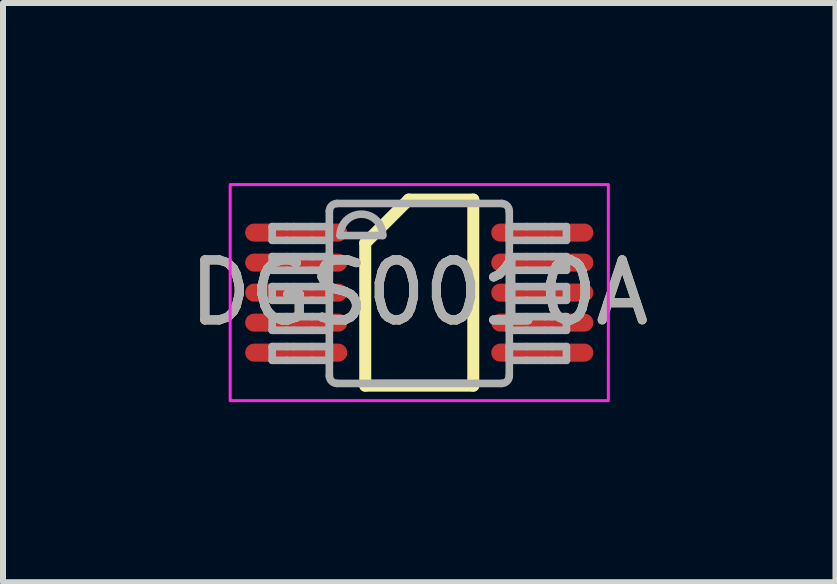
<source format=kicad_pcb>
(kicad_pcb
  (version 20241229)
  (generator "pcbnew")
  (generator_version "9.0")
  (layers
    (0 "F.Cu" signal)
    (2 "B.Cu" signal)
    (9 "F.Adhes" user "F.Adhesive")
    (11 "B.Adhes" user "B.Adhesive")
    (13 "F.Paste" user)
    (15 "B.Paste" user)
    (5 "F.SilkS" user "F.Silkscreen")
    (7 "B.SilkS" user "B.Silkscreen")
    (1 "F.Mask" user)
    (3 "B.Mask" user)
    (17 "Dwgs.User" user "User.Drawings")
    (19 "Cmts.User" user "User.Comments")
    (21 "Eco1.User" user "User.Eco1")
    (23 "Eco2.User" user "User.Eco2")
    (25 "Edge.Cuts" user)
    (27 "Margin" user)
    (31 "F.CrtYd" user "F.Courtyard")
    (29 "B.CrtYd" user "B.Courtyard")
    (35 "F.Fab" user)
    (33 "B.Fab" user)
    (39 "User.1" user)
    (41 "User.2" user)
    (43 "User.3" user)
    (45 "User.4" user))
  (footprint "DGS0010A"
    (layer "F.Cu")
    (at 3.935 1.825)
    (property "Reference" "DGS0010A" (at 0 0 0) (unlocked yes) (layer "F.SilkS") (effects (font (size 1 1) (thickness 0.15))))
    (attr smd)
    (fp_line (start -0.9 -0.825) (end -0.175 -1.55) (stroke (width 0.2) (type solid)) (layer "F.SilkS"))
    (fp_line (start -0.9 1.55) (end -0.9 -0.825) (stroke (width 0.2) (type solid)) (layer "F.SilkS"))
    (fp_line (start -0.9 1.55) (end 0.9 1.55) (stroke (width 0.2) (type solid)) (layer "F.SilkS"))
    (fp_line (start -0.175 -1.55) (end 0.9 -1.55) (stroke (width 0.2) (type solid)) (layer "F.SilkS"))
    (fp_line (start 0.9 1.55) (end 0.9 -1.55) (stroke (width 0.2) (type solid)) (layer "F.SilkS"))
    (fp_rect (start -3.15 -1.8) (end 3.15 1.8) (stroke (width 0.05) (type solid)) (fill no) (layer "F.CrtYd"))
    (fp_line (start -2.45 -1.1) (end -2.21 -1.1) (stroke (width 0.127) (type solid)) (layer "F.Fab"))
    (fp_line (start -2.45 -0.871) (end -2.45 -1.1) (stroke (width 0.127) (type solid)) (layer "F.Fab"))
    (fp_line (start -2.45 -0.871) (end -2.21 -0.871) (stroke (width 0.127) (type solid)) (layer "F.Fab"))
    (fp_line (start -2.45 -0.6) (end -2.21 -0.6) (stroke (width 0.127) (type solid)) (layer "F.Fab"))
    (fp_line (start -2.45 -0.372) (end -2.45 -0.6) (stroke (width 0.127) (type solid)) (layer "F.Fab"))
    (fp_line (start -2.45 -0.372) (end -2.21 -0.372) (stroke (width 0.127) (type solid)) (layer "F.Fab"))
    (fp_line (start -2.45 -0.1) (end -2.21 -0.1) (stroke (width 0.127) (type solid)) (layer "F.Fab"))
    (fp_line (start -2.45 0.128) (end -2.45 -0.1) (stroke (width 0.127) (type solid)) (layer "F.Fab"))
    (fp_line (start -2.45 0.128) (end -2.21 0.128) (stroke (width 0.127) (type solid)) (layer "F.Fab"))
    (fp_line (start -2.45 0.4) (end -2.21 0.4) (stroke (width 0.127) (type solid)) (layer "F.Fab"))
    (fp_line (start -2.45 0.628) (end -2.45 0.4) (stroke (width 0.127) (type solid)) (layer "F.Fab"))
    (fp_line (start -2.45 0.628) (end -2.21 0.628) (stroke (width 0.127) (type solid)) (layer "F.Fab"))
    (fp_line (start -2.45 0.899) (end -2.21 0.899) (stroke (width 0.127) (type solid)) (layer "F.Fab"))
    (fp_line (start -2.45 1.128) (end -2.45 0.899) (stroke (width 0.127) (type solid)) (layer "F.Fab"))
    (fp_line (start -2.45 1.128) (end -2.21 1.128) (stroke (width 0.127) (type solid)) (layer "F.Fab"))
    (fp_line (start -2.21 -1.1) (end -2.09 -1.1) (stroke (width 0.127) (type solid)) (layer "F.Fab"))
    (fp_line (start -2.21 -0.871) (end -2.09 -0.871) (stroke (width 0.127) (type solid)) (layer "F.Fab"))
    (fp_line (start -2.21 -0.6) (end -2.09 -0.6) (stroke (width 0.127) (type solid)) (layer "F.Fab"))
    (fp_line (start -2.21 -0.372) (end -2.09 -0.372) (stroke (width 0.127) (type solid)) (layer "F.Fab"))
    (fp_line (start -2.21 -0.1) (end -2.09 -0.1) (stroke (width 0.127) (type solid)) (layer "F.Fab"))
    (fp_line (start -2.21 0.128) (end -2.09 0.128) (stroke (width 0.127) (type solid)) (layer "F.Fab"))
    (fp_line (start -2.21 0.4) (end -2.09 0.4) (stroke (width 0.127) (type solid)) (layer "F.Fab"))
    (fp_line (start -2.21 0.628) (end -2.09 0.628) (stroke (width 0.127) (type solid)) (layer "F.Fab"))
    (fp_line (start -2.21 0.899) (end -2.09 0.899) (stroke (width 0.127) (type solid)) (layer "F.Fab"))
    (fp_line (start -2.21 1.128) (end -2.09 1.128) (stroke (width 0.127) (type solid)) (layer "F.Fab"))
    (fp_line (start -2.087 -1.1) (end -1.784 -1.1) (stroke (width 0.127) (type solid)) (layer "F.Fab"))
    (fp_line (start -2.087 -0.871) (end -1.784 -0.871) (stroke (width 0.127) (type solid)) (layer "F.Fab"))
    (fp_line (start -2.087 -0.6) (end -1.784 -0.6) (stroke (width 0.127) (type solid)) (layer "F.Fab"))
    (fp_line (start -2.087 -0.372) (end -1.784 -0.372) (stroke (width 0.127) (type solid)) (layer "F.Fab"))
    (fp_line (start -2.087 -0.1) (end -1.784 -0.1) (stroke (width 0.127) (type solid)) (layer "F.Fab"))
    (fp_line (start -2.087 0.128) (end -1.784 0.128) (stroke (width 0.127) (type solid)) (layer "F.Fab"))
    (fp_line (start -2.087 0.4) (end -1.784 0.4) (stroke (width 0.127) (type solid)) (layer "F.Fab"))
    (fp_line (start -2.087 0.628) (end -1.784 0.628) (stroke (width 0.127) (type solid)) (layer "F.Fab"))
    (fp_line (start -2.087 0.899) (end -1.784 0.899) (stroke (width 0.127) (type solid)) (layer "F.Fab"))
    (fp_line (start -2.087 1.128) (end -1.784 1.128) (stroke (width 0.127) (type solid)) (layer "F.Fab"))
    (fp_line (start -1.784 -1.1) (end -1.498 -1.1) (stroke (width 0.127) (type solid)) (layer "F.Fab"))
    (fp_line (start -1.784 -0.871) (end -1.498 -0.871) (stroke (width 0.127) (type solid)) (layer "F.Fab"))
    (fp_line (start -1.784 -0.6) (end -1.498 -0.6) (stroke (width 0.127) (type solid)) (layer "F.Fab"))
    (fp_line (start -1.784 -0.372) (end -1.498 -0.372) (stroke (width 0.127) (type solid)) (layer "F.Fab"))
    (fp_line (start -1.784 -0.1) (end -1.498 -0.1) (stroke (width 0.127) (type solid)) (layer "F.Fab"))
    (fp_line (start -1.784 0.128) (end -1.498 0.128) (stroke (width 0.127) (type solid)) (layer "F.Fab"))
    (fp_line (start -1.784 0.4) (end -1.498 0.4) (stroke (width 0.127) (type solid)) (layer "F.Fab"))
    (fp_line (start -1.784 0.628) (end -1.498 0.628) (stroke (width 0.127) (type solid)) (layer "F.Fab"))
    (fp_line (start -1.784 0.899) (end -1.498 0.899) (stroke (width 0.127) (type solid)) (layer "F.Fab"))
    (fp_line (start -1.784 1.128) (end -1.498 1.128) (stroke (width 0.127) (type solid)) (layer "F.Fab"))
    (fp_line (start -1.498 -0.871) (end -1.498 -1.1) (stroke (width 0.127) (type solid)) (layer "F.Fab"))
    (fp_line (start -1.498 -0.372) (end -1.498 -0.6) (stroke (width 0.127) (type solid)) (layer "F.Fab"))
    (fp_line (start -1.498 0.128) (end -1.498 -0.1) (stroke (width 0.127) (type solid)) (layer "F.Fab"))
    (fp_line (start -1.498 0.628) (end -1.498 0.4) (stroke (width 0.127) (type solid)) (layer "F.Fab"))
    (fp_line (start -1.498 1.128) (end -1.498 0.899) (stroke (width 0.127) (type solid)) (layer "F.Fab"))
    (fp_line (start -1.498 1.386) (end -1.498 -1.358) (stroke (width 0.127) (type solid)) (layer "F.Fab"))
    (fp_line (start -1.371 -1.485) (end 1.373 -1.485) (stroke (width 0.127) (type solid)) (layer "F.Fab"))
    (fp_line (start -1.371 1.513) (end 1.373 1.513) (stroke (width 0.127) (type solid)) (layer "F.Fab"))
    (fp_line (start -1.32 -0.951) (end -0.609 -0.951) (stroke (width 0.127) (type solid)) (layer "F.Fab"))
    (fp_line (start 1.5 -1.1) (end 1.786 -1.1) (stroke (width 0.127) (type solid)) (layer "F.Fab"))
    (fp_line (start 1.5 -0.871) (end 1.5 -1.1) (stroke (width 0.127) (type solid)) (layer "F.Fab"))
    (fp_line (start 1.5 -0.871) (end 1.786 -0.871) (stroke (width 0.127) (type solid)) (layer "F.Fab"))
    (fp_line (start 1.5 -0.6) (end 1.786 -0.6) (stroke (width 0.127) (type solid)) (layer "F.Fab"))
    (fp_line (start 1.5 -0.372) (end 1.5 -0.6) (stroke (width 0.127) (type solid)) (layer "F.Fab"))
    (fp_line (start 1.5 -0.372) (end 1.786 -0.372) (stroke (width 0.127) (type solid)) (layer "F.Fab"))
    (fp_line (start 1.5 -0.1) (end 1.786 -0.1) (stroke (width 0.127) (type solid)) (layer "F.Fab"))
    (fp_line (start 1.5 0.128) (end 1.5 -0.1) (stroke (width 0.127) (type solid)) (layer "F.Fab"))
    (fp_line (start 1.5 0.128) (end 1.786 0.128) (stroke (width 0.127) (type solid)) (layer "F.Fab"))
    (fp_line (start 1.5 0.4) (end 1.786 0.4) (stroke (width 0.127) (type solid)) (layer "F.Fab"))
    (fp_line (start 1.5 0.628) (end 1.5 0.4) (stroke (width 0.127) (type solid)) (layer "F.Fab"))
    (fp_line (start 1.5 0.628) (end 1.786 0.628) (stroke (width 0.127) (type solid)) (layer "F.Fab"))
    (fp_line (start 1.5 0.899) (end 1.786 0.899) (stroke (width 0.127) (type solid)) (layer "F.Fab"))
    (fp_line (start 1.5 1.128) (end 1.5 0.899) (stroke (width 0.127) (type solid)) (layer "F.Fab"))
    (fp_line (start 1.5 1.128) (end 1.786 1.128) (stroke (width 0.127) (type solid)) (layer "F.Fab"))
    (fp_line (start 1.5 1.386) (end 1.5 -1.358) (stroke (width 0.127) (type solid)) (layer "F.Fab"))
    (fp_line (start 1.786 -1.1) (end 2.089 -1.1) (stroke (width 0.127) (type solid)) (layer "F.Fab"))
    (fp_line (start 1.786 -0.871) (end 2.089 -0.871) (stroke (width 0.127) (type solid)) (layer "F.Fab"))
    (fp_line (start 1.786 -0.6) (end 2.089 -0.6) (stroke (width 0.127) (type solid)) (layer "F.Fab"))
    (fp_line (start 1.786 -0.372) (end 2.089 -0.372) (stroke (width 0.127) (type solid)) (layer "F.Fab"))
    (fp_line (start 1.786 -0.1) (end 2.089 -0.1) (stroke (width 0.127) (type solid)) (layer "F.Fab"))
    (fp_line (start 1.786 0.128) (end 2.089 0.128) (stroke (width 0.127) (type solid)) (layer "F.Fab"))
    (fp_line (start 1.786 0.4) (end 2.089 0.4) (stroke (width 0.127) (type solid)) (layer "F.Fab"))
    (fp_line (start 1.786 0.628) (end 2.089 0.628) (stroke (width 0.127) (type solid)) (layer "F.Fab"))
    (fp_line (start 1.786 0.899) (end 2.089 0.899) (stroke (width 0.127) (type solid)) (layer "F.Fab"))
    (fp_line (start 1.786 1.128) (end 2.089 1.128) (stroke (width 0.127) (type solid)) (layer "F.Fab"))
    (fp_line (start 2.093 -1.1) (end 2.213 -1.1) (stroke (width 0.127) (type solid)) (layer "F.Fab"))
    (fp_line (start 2.093 -0.871) (end 2.213 -0.871) (stroke (width 0.127) (type solid)) (layer "F.Fab"))
    (fp_line (start 2.093 -0.6) (end 2.213 -0.6) (stroke (width 0.127) (type solid)) (layer "F.Fab"))
    (fp_line (start 2.093 -0.372) (end 2.213 -0.372) (stroke (width 0.127) (type solid)) (layer "F.Fab"))
    (fp_line (start 2.093 -0.1) (end 2.213 -0.1) (stroke (width 0.127) (type solid)) (layer "F.Fab"))
    (fp_line (start 2.093 0.128) (end 2.213 0.128) (stroke (width 0.127) (type solid)) (layer "F.Fab"))
    (fp_line (start 2.093 0.4) (end 2.213 0.4) (stroke (width 0.127) (type solid)) (layer "F.Fab"))
    (fp_line (start 2.093 0.628) (end 2.213 0.628) (stroke (width 0.127) (type solid)) (layer "F.Fab"))
    (fp_line (start 2.093 0.899) (end 2.213 0.899) (stroke (width 0.127) (type solid)) (layer "F.Fab"))
    (fp_line (start 2.093 1.128) (end 2.213 1.128) (stroke (width 0.127) (type solid)) (layer "F.Fab"))
    (fp_line (start 2.213 -1.1) (end 2.452 -1.1) (stroke (width 0.127) (type solid)) (layer "F.Fab"))
    (fp_line (start 2.213 -0.871) (end 2.452 -0.871) (stroke (width 0.127) (type solid)) (layer "F.Fab"))
    (fp_line (start 2.213 -0.6) (end 2.452 -0.6) (stroke (width 0.127) (type solid)) (layer "F.Fab"))
    (fp_line (start 2.213 -0.372) (end 2.452 -0.372) (stroke (width 0.127) (type solid)) (layer "F.Fab"))
    (fp_line (start 2.213 -0.1) (end 2.452 -0.1) (stroke (width 0.127) (type solid)) (layer "F.Fab"))
    (fp_line (start 2.213 0.128) (end 2.452 0.128) (stroke (width 0.127) (type solid)) (layer "F.Fab"))
    (fp_line (start 2.213 0.4) (end 2.452 0.4) (stroke (width 0.127) (type solid)) (layer "F.Fab"))
    (fp_line (start 2.213 0.628) (end 2.452 0.628) (stroke (width 0.127) (type solid)) (layer "F.Fab"))
    (fp_line (start 2.213 0.899) (end 2.452 0.899) (stroke (width 0.127) (type solid)) (layer "F.Fab"))
    (fp_line (start 2.213 1.128) (end 2.452 1.128) (stroke (width 0.127) (type solid)) (layer "F.Fab"))
    (fp_line (start 2.452 -0.871) (end 2.452 -1.1) (stroke (width 0.127) (type solid)) (layer "F.Fab"))
    (fp_line (start 2.452 -0.372) (end 2.452 -0.6) (stroke (width 0.127) (type solid)) (layer "F.Fab"))
    (fp_line (start 2.452 0.128) (end 2.452 -0.1) (stroke (width 0.127) (type solid)) (layer "F.Fab"))
    (fp_line (start 2.452 0.628) (end 2.452 0.4) (stroke (width 0.127) (type solid)) (layer "F.Fab"))
    (fp_line (start 2.452 1.128) (end 2.452 0.899) (stroke (width 0.127) (type solid)) (layer "F.Fab"))
    (fp_arc (start -1.49745 -1.360299) (mid -1.460293 -1.447356) (end -1.373243 -1.484531) (stroke (width 0.127) (type solid)) (layer "F.Fab"))
    (fp_arc (start -1.373243 1.512619) (mid -1.460293 1.475444) (end -1.49745 1.388386) (stroke (width 0.127) (type solid)) (layer "F.Fab"))
    (fp_arc (start -1.3197 -0.951156) (mid -0.9641 -1.306756) (end -0.6085 -0.951156) (stroke (width 0.127) (type solid)) (layer "F.Fab"))
    (fp_arc (start 1.375443 -1.484532) (mid 1.462505 -1.447362) (end 1.499675 -1.360299) (stroke (width 0.127) (type solid)) (layer "F.Fab"))
    (fp_arc (start 1.499675 1.388387) (mid 1.462505 1.475449) (end 1.375443 1.512619) (stroke (width 0.127) (type solid)) (layer "F.Fab"))
    (fp_text user "${REFERENCE}" (at 0 0 0) (unlocked yes) (layer "F.Fab") (effects (font (size 1 1) (thickness 0.15))))
    (pad "1" smd oval (at -2.05 -1 90) (size 0.3 1.7) (layers "F.Cu" "F.Mask" "F.Paste"))
    (pad "2" smd oval (at -2.05 -0.5 90) (size 0.3 1.7) (layers "F.Cu" "F.Mask" "F.Paste"))
    (pad "3" smd oval (at -2.05 0 90) (size 0.3 1.7) (layers "F.Cu" "F.Mask" "F.Paste"))
    (pad "4" smd oval (at -2.05 0.5 90) (size 0.3 1.7) (layers "F.Cu" "F.Mask" "F.Paste"))
    (pad "5" smd oval (at -2.05 1 90) (size 0.3 1.7) (layers "F.Cu" "F.Mask" "F.Paste"))
    (pad "6" smd oval (at 2.05 1 90) (size 0.3 1.7) (layers "F.Cu" "F.Mask" "F.Paste"))
    (pad "7" smd oval (at 2.05 0.5 90) (size 0.3 1.7) (layers "F.Cu" "F.Mask" "F.Paste"))
    (pad "8" smd oval (at 2.05 0 90) (size 0.3 1.7) (layers "F.Cu" "F.Mask" "F.Paste"))
    (pad "9" smd oval (at 2.05 -0.5 90) (size 0.3 1.7) (layers "F.Cu" "F.Mask" "F.Paste"))
    (pad "10" smd oval (at 2.05 -1 90) (size 0.3 1.7) (layers "F.Cu" "F.Mask" "F.Paste")))
  (gr_rect
    (start -3 -3)
    (end 10.869 6.65)
    (stroke (width 0.1) (type default))
    (fill no)
    (layer "Edge.Cuts")))
</source>
